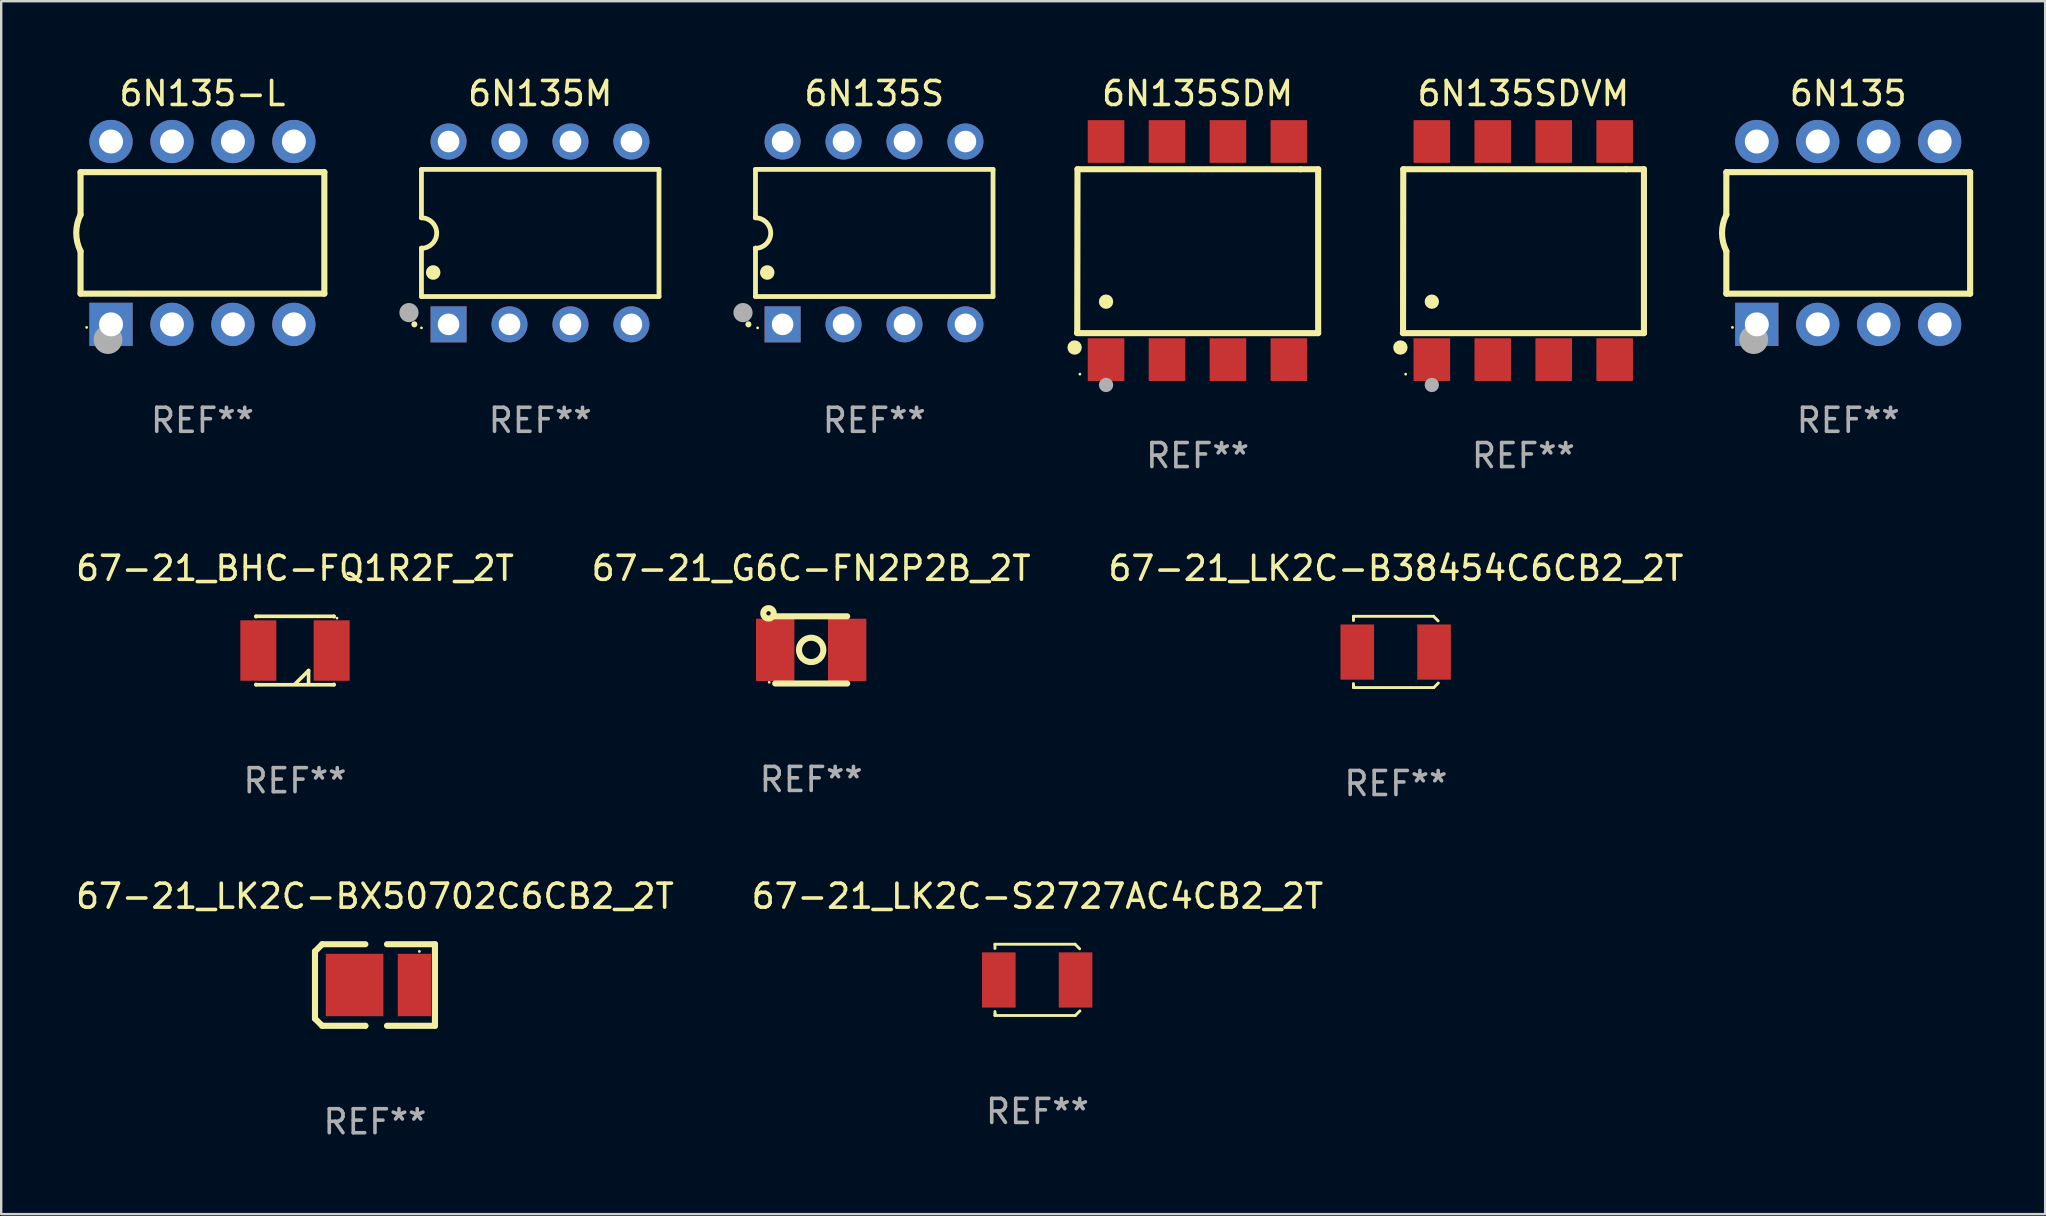
<source format=kicad_pcb>
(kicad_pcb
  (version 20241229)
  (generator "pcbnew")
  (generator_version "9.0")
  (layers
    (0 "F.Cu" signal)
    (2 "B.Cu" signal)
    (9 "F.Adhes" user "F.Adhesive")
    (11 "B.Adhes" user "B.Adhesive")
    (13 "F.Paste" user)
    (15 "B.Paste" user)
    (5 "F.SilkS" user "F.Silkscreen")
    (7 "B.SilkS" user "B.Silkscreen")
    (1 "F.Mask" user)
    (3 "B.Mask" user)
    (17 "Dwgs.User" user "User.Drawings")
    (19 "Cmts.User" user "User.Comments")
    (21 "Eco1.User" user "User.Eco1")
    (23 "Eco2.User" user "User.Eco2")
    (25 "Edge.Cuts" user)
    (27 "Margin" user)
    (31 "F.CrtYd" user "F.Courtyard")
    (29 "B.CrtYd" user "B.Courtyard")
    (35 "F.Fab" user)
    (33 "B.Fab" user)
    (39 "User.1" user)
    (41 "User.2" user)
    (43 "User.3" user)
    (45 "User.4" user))
  (footprint "67-21_LK2C-BX50702C6CB2_2T"
    (layer "F.Cu")
    (at 12.577 38.001)
    (property "Reference" "67-21_LK2C-BX50702C6CB2_2T" (at 0 -3.7 0) (layer "F.SilkS") (effects (font (size 1 1) (thickness 0.15))))
    (attr through_hole)
    (fp_line (start -2.5 1.4) (end -2.2 1.7) (stroke (width 0.254) (type solid)) (layer "F.SilkS"))
    (fp_line (start -2.5 -1.4) (end -2.5 1.4) (stroke (width 0.254) (type solid)) (layer "F.SilkS"))
    (fp_line (start -2.2 1.7) (end -0.4 1.7) (stroke (width 0.254) (type solid)) (layer "F.SilkS"))
    (fp_line (start -2.2 -1.7) (end -2.5 -1.4) (stroke (width 0.254) (type solid)) (layer "F.SilkS"))
    (fp_line (start -0.4 -1.7) (end -2.2 -1.7) (stroke (width 0.254) (type solid)) (layer "F.SilkS"))
    (fp_line (start -0.4 1.7) (end -0.4 1.7) (stroke (width 0.254) (type solid)) (layer "F.SilkS"))
    (fp_line (start 0.5 -1.7) (end 2.5 -1.7) (stroke (width 0.254) (type solid)) (layer "F.SilkS"))
    (fp_line (start 2.5 -1.7) (end 2.5 1.7) (stroke (width 0.254) (type solid)) (layer "F.SilkS"))
    (fp_line (start 2.5 1.7) (end 0.5 1.7) (stroke (width 0.254) (type solid)) (layer "F.SilkS"))
    (fp_circle (center 1.85 -1.4) (end 1.88 -1.4) (stroke (width 0.06) (type solid)) (fill no) (layer "F.SilkS"))
    (fp_text user "REF**" (at 0 5.7 0) (layer "F.Fab") (effects (font (size 1 1) (thickness 0.15))))
    (pad "1" smd rect (at 1.65 0 180) (size 1.4 2.6) (layers "F.Cu" "F.Mask" "F.Paste"))
    (pad "2" smd rect (at -0.85 0) (size 2.4 2.6) (layers "F.Cu" "F.Mask" "F.Paste")))
  (footprint "6N135-L"
    (layer "F.Cu")
    (at 5.387 6.658)
    (property "Reference" "6N135-L" (at 0 -5.81 0) (layer "F.SilkS") (effects (font (size 1 1) (thickness 0.15))))
    (attr through_hole)
    (fp_line (start -5.08 -2.534) (end 5.08 -2.534) (stroke (width 0.254) (type solid)) (layer "F.SilkS"))
    (fp_line (start -5.08 -0.762) (end -5.08 -2.534) (stroke (width 0.254) (type solid)) (layer "F.SilkS"))
    (fp_line (start -5.08 2.531) (end -5.08 0.762) (stroke (width 0.254) (type solid)) (layer "F.SilkS"))
    (fp_line (start -5.08 2.531) (end 5.08 2.531) (stroke (width 0.254) (type solid)) (layer "F.SilkS"))
    (fp_line (start 5.08 2.531) (end 5.08 -2.534) (stroke (width 0.254) (type solid)) (layer "F.SilkS"))
    (fp_arc (start -5.08001 0.762001) (mid -5.259894 0) (end -5.08001 -0.762002) (stroke (width 0.254001) (type solid)) (layer "F.SilkS"))
    (fp_circle (center -4.826 3.937) (end -4.796 3.937) (stroke (width 0.06) (type solid)) (fill no) (layer "F.SilkS"))
    (fp_circle (center -3.937 4.445) (end -3.637 4.445) (stroke (width 0.6) (type solid)) (fill no) (layer "F.Fab"))
    (fp_text user "REF**" (at 0 7.81 0) (layer "F.Fab") (effects (font (size 1 1) (thickness 0.15))))
    (pad "1" thru_hole rect (at -3.81 3.81) (size 1.8 1.8) (drill 1) (layers "*.Cu" "*.Mask"))
    (pad "2" thru_hole circle (at -1.27 3.81) (size 1.8 1.8) (drill 1) (layers "*.Cu" "*.Mask"))
    (pad "3" thru_hole circle (at 1.27 3.81) (size 1.8 1.8) (drill 1) (layers "*.Cu" "*.Mask"))
    (pad "4" thru_hole circle (at 3.81 3.81) (size 1.8 1.8) (drill 1) (layers "*.Cu" "*.Mask"))
    (pad "5" thru_hole circle (at 3.81 -3.81) (size 1.8 1.8) (drill 1) (layers "*.Cu" "*.Mask"))
    (pad "6" thru_hole circle (at 1.27 -3.81) (size 1.8 1.8) (drill 1) (layers "*.Cu" "*.Mask"))
    (pad "7" thru_hole circle (at -1.27 -3.81) (size 1.8 1.8) (drill 1) (layers "*.Cu" "*.Mask"))
    (pad "8" thru_hole circle (at -3.81 -3.81) (size 1.8 1.8) (drill 1) (layers "*.Cu" "*.Mask")))
  (footprint "6N135"
    (layer "F.Cu")
    (at 73.976 6.658)
    (property "Reference" "6N135" (at 0 -5.81 0) (layer "F.SilkS") (effects (font (size 1 1) (thickness 0.15))))
    (attr through_hole)
    (fp_line (start -5.08 -2.534) (end 5.08 -2.534) (stroke (width 0.254) (type solid)) (layer "F.SilkS"))
    (fp_line (start -5.08 -0.762) (end -5.08 -2.534) (stroke (width 0.254) (type solid)) (layer "F.SilkS"))
    (fp_line (start -5.08 2.531) (end -5.08 0.762) (stroke (width 0.254) (type solid)) (layer "F.SilkS"))
    (fp_line (start -5.08 2.531) (end 5.08 2.531) (stroke (width 0.254) (type solid)) (layer "F.SilkS"))
    (fp_line (start 5.08 2.531) (end 5.08 -2.534) (stroke (width 0.254) (type solid)) (layer "F.SilkS"))
    (fp_arc (start -5.08001 0.762001) (mid -5.259894 0) (end -5.08001 -0.762002) (stroke (width 0.254001) (type solid)) (layer "F.SilkS"))
    (fp_circle (center -4.826 3.937) (end -4.796 3.937) (stroke (width 0.06) (type solid)) (fill no) (layer "F.SilkS"))
    (fp_circle (center -3.937 4.445) (end -3.637 4.445) (stroke (width 0.6) (type solid)) (fill no) (layer "F.Fab"))
    (fp_text user "REF**" (at 0 7.81 0) (layer "F.Fab") (effects (font (size 1 1) (thickness 0.15))))
    (pad "1" thru_hole rect (at -3.81 3.81) (size 1.8 1.8) (drill 1) (layers "*.Cu" "*.Mask"))
    (pad "2" thru_hole circle (at -1.27 3.81) (size 1.8 1.8) (drill 1) (layers "*.Cu" "*.Mask"))
    (pad "3" thru_hole circle (at 1.27 3.81) (size 1.8 1.8) (drill 1) (layers "*.Cu" "*.Mask"))
    (pad "4" thru_hole circle (at 3.81 3.81) (size 1.8 1.8) (drill 1) (layers "*.Cu" "*.Mask"))
    (pad "5" thru_hole circle (at 3.81 -3.81) (size 1.8 1.8) (drill 1) (layers "*.Cu" "*.Mask"))
    (pad "6" thru_hole circle (at 1.27 -3.81) (size 1.8 1.8) (drill 1) (layers "*.Cu" "*.Mask"))
    (pad "7" thru_hole circle (at -1.27 -3.81) (size 1.8 1.8) (drill 1) (layers "*.Cu" "*.Mask"))
    (pad "8" thru_hole circle (at -3.81 -3.81) (size 1.8 1.8) (drill 1) (layers "*.Cu" "*.Mask")))
  (footprint "67-21_LK2C-B38454C6CB2_2T"
    (layer "F.Cu")
    (at 55.125 24.12)
    (property "Reference" "67-21_LK2C-B38454C6CB2_2T" (at 0 -3.485 0) (layer "F.SilkS") (effects (font (size 1 1) (thickness 0.15))))
    (attr through_hole)
    (fp_line (start -1.77 -1.485) (end -1.77 -1.309) (stroke (width 0.12) (type solid)) (layer "F.SilkS"))
    (fp_line (start -1.77 -1.485) (end 1.57 -1.485) (stroke (width 0.12) (type solid)) (layer "F.SilkS"))
    (fp_line (start -1.77 1.319) (end -1.77 1.485) (stroke (width 0.12) (type solid)) (layer "F.SilkS"))
    (fp_line (start -1.77 1.485) (end 1.58 1.485) (stroke (width 0.12) (type solid)) (layer "F.SilkS"))
    (fp_line (start 1.57 -1.485) (end 1.76 -1.295) (stroke (width 0.12) (type solid)) (layer "F.SilkS"))
    (fp_line (start 1.58 1.485) (end 1.77 1.295) (stroke (width 0.12) (type solid)) (layer "F.SilkS"))
    (fp_circle (center -1.76 1.405) (end -1.73 1.405) (stroke (width 0.06) (type solid)) (fill no) (layer "F.SilkS"))
    (fp_text user "REF**" (at 0 5.485 0) (layer "F.Fab") (effects (font (size 1 1) (thickness 0.15))))
    (pad "1" smd rect (at -1.61 0.005) (size 1.4 2.3) (layers "F.Cu" "F.Mask" "F.Paste"))
    (pad "2" smd rect (at 1.59 0.005) (size 1.4 2.3) (layers "F.Cu" "F.Mask" "F.Paste")))
  (footprint "6N135M"
    (layer "F.Cu")
    (at 19.464 6.658)
    (property "Reference" "6N135M" (at 0 -5.81 0) (layer "F.SilkS") (effects (font (size 1 1) (thickness 0.15))))
    (attr through_hole)
    (fp_line (start -4.95 -2.649) (end 4.95 -2.649) (stroke (width 0.2) (type solid)) (layer "F.SilkS"))
    (fp_line (start -4.95 -0.635) (end -4.95 -2.649) (stroke (width 0.2) (type solid)) (layer "F.SilkS"))
    (fp_line (start -4.95 0.635) (end -4.95 0.64) (stroke (width 0.2) (type solid)) (layer "F.SilkS"))
    (fp_line (start -4.95 2.649) (end -4.95 0.635) (stroke (width 0.2) (type solid)) (layer "F.SilkS"))
    (fp_line (start -4.95 -0.64) (end -4.95 -0.635) (stroke (width 0.2) (type solid)) (layer "F.SilkS"))
    (fp_line (start 4.95 -2.649) (end 4.95 2.649) (stroke (width 0.2) (type solid)) (layer "F.SilkS"))
    (fp_line (start 4.95 2.649) (end -4.95 2.649) (stroke (width 0.2) (type solid)) (layer "F.SilkS"))
    (fp_arc (start -5.24511 3.810008) (mid -5.245117 3.808738) (end -5.24511 3.807468) (stroke (width 0.25) (type solid)) (layer "F.SilkS"))
    (fp_arc (start -4.950165 -0.629997) (mid -4.315164 0.005004) (end -4.950165 0.640005) (stroke (width 0.2) (type solid)) (layer "F.SilkS"))
    (fp_arc (start -4.460249 1.651003) (mid -4.46026 1.648463) (end -4.460249 1.645923) (stroke (width 0.6) (type solid)) (layer "F.SilkS"))
    (fp_circle (center -4.95 3.956) (end -4.92 3.956) (stroke (width 0.06) (type solid)) (fill no) (layer "F.SilkS"))
    (fp_circle (center -5.47 3.32) (end -5.27 3.32) (stroke (width 0.4) (type solid)) (fill no) (layer "F.Fab"))
    (fp_text user "REF**" (at 0 7.81 0) (layer "F.Fab") (effects (font (size 1 1) (thickness 0.15))))
    (pad "1" thru_hole rect (at -3.82 3.81) (size 1.5 1.5) (drill 0.9) (layers "*.Cu" "*.Mask"))
    (pad "2" thru_hole circle (at -1.28 3.81) (size 1.5 1.5) (drill 0.9) (layers "*.Cu" "*.Mask"))
    (pad "3" thru_hole circle (at 1.26 3.81) (size 1.5 1.5) (drill 0.9) (layers "*.Cu" "*.Mask"))
    (pad "4" thru_hole circle (at 3.8 3.81) (size 1.5 1.5) (drill 0.9) (layers "*.Cu" "*.Mask"))
    (pad "5" thru_hole circle (at 3.8 -3.81) (size 1.5 1.5) (drill 0.9) (layers "*.Cu" "*.Mask"))
    (pad "6" thru_hole circle (at 1.26 -3.81) (size 1.5 1.5) (drill 0.9) (layers "*.Cu" "*.Mask"))
    (pad "7" thru_hole circle (at -1.28 -3.81) (size 1.5 1.5) (drill 0.9) (layers "*.Cu" "*.Mask"))
    (pad "8" thru_hole circle (at -3.82 -3.81) (size 1.5 1.5) (drill 0.9) (layers "*.Cu" "*.Mask")))
  (footprint "6N135SDVM"
    (layer "F.Cu")
    (at 60.437 7.393)
    (property "Reference" "6N135SDVM" (at 0 -6.545 0) (layer "F.SilkS") (effects (font (size 1 1) (thickness 0.15))))
    (attr through_hole)
    (fp_line (start -5.005 -3.39) (end -5.015 3.42) (stroke (width 0.254) (type solid)) (layer "F.SilkS"))
    (fp_line (start 4.285 -3.39) (end -5.005 -3.39) (stroke (width 0.254) (type solid)) (layer "F.SilkS"))
    (fp_line (start 4.285 -3.39) (end 5.025 -3.39) (stroke (width 0.254) (type solid)) (layer "F.SilkS"))
    (fp_line (start 5.025 -3.39) (end 5.025 3.44) (stroke (width 0.254) (type solid)) (layer "F.SilkS"))
    (fp_line (start 5.025 3.44) (end -5.025 3.44) (stroke (width 0.254) (type solid)) (layer "F.SilkS"))
    (fp_circle (center -5.125 4.04) (end -4.975 4.04) (stroke (width 0.3) (type solid)) (fill no) (layer "F.SilkS"))
    (fp_circle (center -4.905 5.15) (end -4.875 5.15) (stroke (width 0.06) (type solid)) (fill no) (layer "F.SilkS"))
    (fp_circle (center -3.815 2.129) (end -3.665 2.129) (stroke (width 0.3) (type solid)) (fill no) (layer "F.SilkS"))
    (fp_circle (center -3.815 5.6) (end -3.665 5.6) (stroke (width 0.3) (type solid)) (fill no) (layer "F.Fab"))
    (fp_text user "REF**" (at 0 8.545 0) (layer "F.Fab") (effects (font (size 1 1) (thickness 0.15))))
    (pad "1" smd rect (at -3.815 4.545) (size 1.525 1.78) (layers "F.Cu" "F.Mask" "F.Paste"))
    (pad "2" smd rect (at -1.275 4.545) (size 1.525 1.78) (layers "F.Cu" "F.Mask" "F.Paste"))
    (pad "3" smd rect (at 1.265 4.545) (size 1.525 1.78) (layers "F.Cu" "F.Mask" "F.Paste"))
    (pad "4" smd rect (at 3.805 4.545) (size 1.525 1.78) (layers "F.Cu" "F.Mask" "F.Paste"))
    (pad "5" smd rect (at 3.805 -4.545) (size 1.525 1.78) (layers "F.Cu" "F.Mask" "F.Paste"))
    (pad "6" smd rect (at 1.265 -4.545) (size 1.525 1.78) (layers "F.Cu" "F.Mask" "F.Paste"))
    (pad "7" smd rect (at -1.275 -4.545) (size 1.525 1.78) (layers "F.Cu" "F.Mask" "F.Paste"))
    (pad "8" smd rect (at -3.815 -4.545) (size 1.525 1.78) (layers "F.Cu" "F.Mask" "F.Paste")))
  (footprint "67-21_G6C-FN2P2B_2T"
    (layer "F.Cu")
    (at 30.756 24.035)
    (property "Reference" "67-21_G6C-FN2P2B_2T" (at 0 -3.4 0) (layer "F.SilkS") (effects (font (size 1 1) (thickness 0.15))))
    (attr through_hole)
    (fp_line (start -1.5 -1.4) (end 1.5 -1.4) (stroke (width 0.254) (type solid)) (layer "F.SilkS"))
    (fp_line (start 1.5 1.4) (end -1.5 1.4) (stroke (width 0.254) (type solid)) (layer "F.SilkS"))
    (fp_circle (center -1.778 -1.524) (end -1.688 -1.524) (stroke (width 0.254) (type solid)) (fill no) (layer "F.SilkS"))
    (fp_circle (center -1.75 1.35) (end -1.72 1.35) (stroke (width 0.06) (type solid)) (fill no) (layer "F.SilkS"))
    (fp_circle (center 0 0) (end 0.508 0) (stroke (width 0.254) (type solid)) (fill no) (layer "F.SilkS"))
    (fp_text user "REF**" (at 0 5.4 0) (layer "F.Fab") (effects (font (size 1 1) (thickness 0.15))))
    (pad "1" smd rect (at -1.5 0 90) (size 2.6 1.6) (layers "F.Cu" "F.Mask" "F.Paste"))
    (pad "2" smd rect (at 1.5 0 90) (size 2.6 1.6) (layers "F.Cu" "F.Mask" "F.Paste")))
  (footprint "67-21_BHC-FQ1R2F_2T"
    (layer "F.Cu")
    (at 9.244 24.061)
    (property "Reference" "67-21_BHC-FQ1R2F_2T" (at 0 -3.426 0) (layer "F.SilkS") (effects (font (size 1 1) (thickness 0.15))))
    (attr through_hole)
    (fp_line (start -1.626 -1.426) (end 1.626 -1.426) (stroke (width 0.152) (type solid)) (layer "F.SilkS"))
    (fp_line (start -1.626 -1.412) (end -1.626 -1.426) (stroke (width 0.152) (type solid)) (layer "F.SilkS"))
    (fp_line (start -1.626 1.412) (end -1.626 1.426) (stroke (width 0.152) (type solid)) (layer "F.SilkS"))
    (fp_line (start -1.626 1.426) (end 1.626 1.426) (stroke (width 0.152) (type solid)) (layer "F.SilkS"))
    (fp_line (start 0 1.397) (end 0.566 0.833) (stroke (width 0.152) (type solid)) (layer "F.SilkS"))
    (fp_line (start 0.566 0.833) (end 0.566 1.369) (stroke (width 0.152) (type solid)) (layer "F.SilkS"))
    (fp_line (start 1.626 -1.426) (end 1.626 -1.412) (stroke (width 0.152) (type solid)) (layer "F.SilkS"))
    (fp_line (start 1.626 1.426) (end 1.626 1.412) (stroke (width 0.152) (type solid)) (layer "F.SilkS"))
    (fp_circle (center 1.75 -1.35) (end 1.78 -1.35) (stroke (width 0.06) (type solid)) (fill no) (layer "F.SilkS"))
    (fp_text user "REF**" (at 0 5.426 0) (layer "F.Fab") (effects (font (size 1 1) (thickness 0.15))))
    (pad "1" smd rect (at 1.528 0) (size 1.5 2.52) (layers "F.Cu" "F.Mask" "F.Paste"))
    (pad "2" smd rect (at -1.528 0) (size 1.5 2.52) (layers "F.Cu" "F.Mask" "F.Paste")))
  (footprint "6N135SDM"
    (layer "F.Cu")
    (at 46.86 7.393)
    (property "Reference" "6N135SDM" (at 0 -6.545 0) (layer "F.SilkS") (effects (font (size 1 1) (thickness 0.15))))
    (attr through_hole)
    (fp_line (start -5.005 -3.39) (end -5.015 3.42) (stroke (width 0.254) (type solid)) (layer "F.SilkS"))
    (fp_line (start 4.285 -3.39) (end -5.005 -3.39) (stroke (width 0.254) (type solid)) (layer "F.SilkS"))
    (fp_line (start 4.285 -3.39) (end 5.025 -3.39) (stroke (width 0.254) (type solid)) (layer "F.SilkS"))
    (fp_line (start 5.025 -3.39) (end 5.025 3.44) (stroke (width 0.254) (type solid)) (layer "F.SilkS"))
    (fp_line (start 5.025 3.44) (end -5.025 3.44) (stroke (width 0.254) (type solid)) (layer "F.SilkS"))
    (fp_circle (center -5.125 4.04) (end -4.975 4.04) (stroke (width 0.3) (type solid)) (fill no) (layer "F.SilkS"))
    (fp_circle (center -4.905 5.15) (end -4.875 5.15) (stroke (width 0.06) (type solid)) (fill no) (layer "F.SilkS"))
    (fp_circle (center -3.815 2.129) (end -3.665 2.129) (stroke (width 0.3) (type solid)) (fill no) (layer "F.SilkS"))
    (fp_circle (center -3.815 5.6) (end -3.665 5.6) (stroke (width 0.3) (type solid)) (fill no) (layer "F.Fab"))
    (fp_text user "REF**" (at 0 8.545 0) (layer "F.Fab") (effects (font (size 1 1) (thickness 0.15))))
    (pad "1" smd rect (at -3.815 4.545) (size 1.525 1.78) (layers "F.Cu" "F.Mask" "F.Paste"))
    (pad "2" smd rect (at -1.275 4.545) (size 1.525 1.78) (layers "F.Cu" "F.Mask" "F.Paste"))
    (pad "3" smd rect (at 1.265 4.545) (size 1.525 1.78) (layers "F.Cu" "F.Mask" "F.Paste"))
    (pad "4" smd rect (at 3.805 4.545) (size 1.525 1.78) (layers "F.Cu" "F.Mask" "F.Paste"))
    (pad "5" smd rect (at 3.805 -4.545) (size 1.525 1.78) (layers "F.Cu" "F.Mask" "F.Paste"))
    (pad "6" smd rect (at 1.265 -4.545) (size 1.525 1.78) (layers "F.Cu" "F.Mask" "F.Paste"))
    (pad "7" smd rect (at -1.275 -4.545) (size 1.525 1.78) (layers "F.Cu" "F.Mask" "F.Paste"))
    (pad "8" smd rect (at -3.815 -4.545) (size 1.525 1.78) (layers "F.Cu" "F.Mask" "F.Paste")))
  (footprint "6N135S"
    (layer "F.Cu")
    (at 33.385 6.658)
    (property "Reference" "6N135S" (at 0 -5.81 0) (layer "F.SilkS") (effects (font (size 1 1) (thickness 0.15))))
    (attr through_hole)
    (fp_line (start -4.95 -2.649) (end 4.95 -2.649) (stroke (width 0.2) (type solid)) (layer "F.SilkS"))
    (fp_line (start -4.95 -0.635) (end -4.95 -2.649) (stroke (width 0.2) (type solid)) (layer "F.SilkS"))
    (fp_line (start -4.95 0.635) (end -4.95 0.64) (stroke (width 0.2) (type solid)) (layer "F.SilkS"))
    (fp_line (start -4.95 2.649) (end -4.95 0.635) (stroke (width 0.2) (type solid)) (layer "F.SilkS"))
    (fp_line (start -4.95 -0.64) (end -4.95 -0.635) (stroke (width 0.2) (type solid)) (layer "F.SilkS"))
    (fp_line (start 4.95 -2.649) (end 4.95 2.649) (stroke (width 0.2) (type solid)) (layer "F.SilkS"))
    (fp_line (start 4.95 2.649) (end -4.95 2.649) (stroke (width 0.2) (type solid)) (layer "F.SilkS"))
    (fp_arc (start -5.24511 3.810058) (mid -5.245117 3.808788) (end -5.24511 3.807518) (stroke (width 0.25) (type solid)) (layer "F.SilkS"))
    (fp_arc (start -4.950165 -0.629946) (mid -4.315164 0.005055) (end -4.950165 0.640056) (stroke (width 0.2) (type solid)) (layer "F.SilkS"))
    (fp_arc (start -4.460249 1.651054) (mid -4.46026 1.648514) (end -4.460249 1.645974) (stroke (width 0.6) (type solid)) (layer "F.SilkS"))
    (fp_circle (center -4.86 3.956) (end -4.83 3.956) (stroke (width 0.06) (type solid)) (fill no) (layer "F.SilkS"))
    (fp_circle (center -5.47 3.32) (end -5.27 3.32) (stroke (width 0.4) (type solid)) (fill no) (layer "F.Fab"))
    (fp_text user "REF**" (at 0 7.81 0) (layer "F.Fab") (effects (font (size 1 1) (thickness 0.15))))
    (pad "1" thru_hole rect (at -3.82 3.81) (size 1.5 1.5) (drill 0.9) (layers "*.Cu" "*.Mask"))
    (pad "2" thru_hole circle (at -1.28 3.81) (size 1.5 1.5) (drill 0.9) (layers "*.Cu" "*.Mask"))
    (pad "3" thru_hole circle (at 1.26 3.81) (size 1.5 1.5) (drill 0.9) (layers "*.Cu" "*.Mask"))
    (pad "4" thru_hole circle (at 3.8 3.81) (size 1.5 1.5) (drill 0.9) (layers "*.Cu" "*.Mask"))
    (pad "5" thru_hole circle (at 3.8 -3.81) (size 1.5 1.5) (drill 0.9) (layers "*.Cu" "*.Mask"))
    (pad "6" thru_hole circle (at 1.26 -3.81) (size 1.5 1.5) (drill 0.9) (layers "*.Cu" "*.Mask"))
    (pad "7" thru_hole circle (at -1.28 -3.81) (size 1.5 1.5) (drill 0.9) (layers "*.Cu" "*.Mask"))
    (pad "8" thru_hole circle (at -3.82 -3.81) (size 1.5 1.5) (drill 0.9) (layers "*.Cu" "*.Mask")))
  (footprint "67-21_LK2C-S2727AC4CB2_2T"
    (layer "F.Cu")
    (at 40.185 37.786)
    (property "Reference" "67-21_LK2C-S2727AC4CB2_2T" (at 0 -3.485 0) (layer "F.SilkS") (effects (font (size 1 1) (thickness 0.15))))
    (attr through_hole)
    (fp_line (start -1.77 -1.485) (end -1.77 -1.309) (stroke (width 0.12) (type solid)) (layer "F.SilkS"))
    (fp_line (start -1.77 -1.485) (end 1.57 -1.485) (stroke (width 0.12) (type solid)) (layer "F.SilkS"))
    (fp_line (start -1.77 1.319) (end -1.77 1.485) (stroke (width 0.12) (type solid)) (layer "F.SilkS"))
    (fp_line (start -1.77 1.485) (end 1.58 1.485) (stroke (width 0.12) (type solid)) (layer "F.SilkS"))
    (fp_line (start 1.57 -1.485) (end 1.76 -1.295) (stroke (width 0.12) (type solid)) (layer "F.SilkS"))
    (fp_line (start 1.58 1.485) (end 1.77 1.295) (stroke (width 0.12) (type solid)) (layer "F.SilkS"))
    (fp_circle (center -1.76 1.405) (end -1.73 1.405) (stroke (width 0.06) (type solid)) (fill no) (layer "F.SilkS"))
    (fp_text user "REF**" (at 0 5.485 0) (layer "F.Fab") (effects (font (size 1 1) (thickness 0.15))))
    (pad "1" smd rect (at -1.61 0.005) (size 1.4 2.3) (layers "F.Cu" "F.Mask" "F.Paste"))
    (pad "2" smd rect (at 1.59 0.005) (size 1.4 2.3) (layers "F.Cu" "F.Mask" "F.Paste")))
  (gr_rect
    (start -3 -3)
    (end 82.183 47.55)
    (stroke (width 0.1) (type default))
    (fill no)
    (layer "Edge.Cuts")))
</source>
